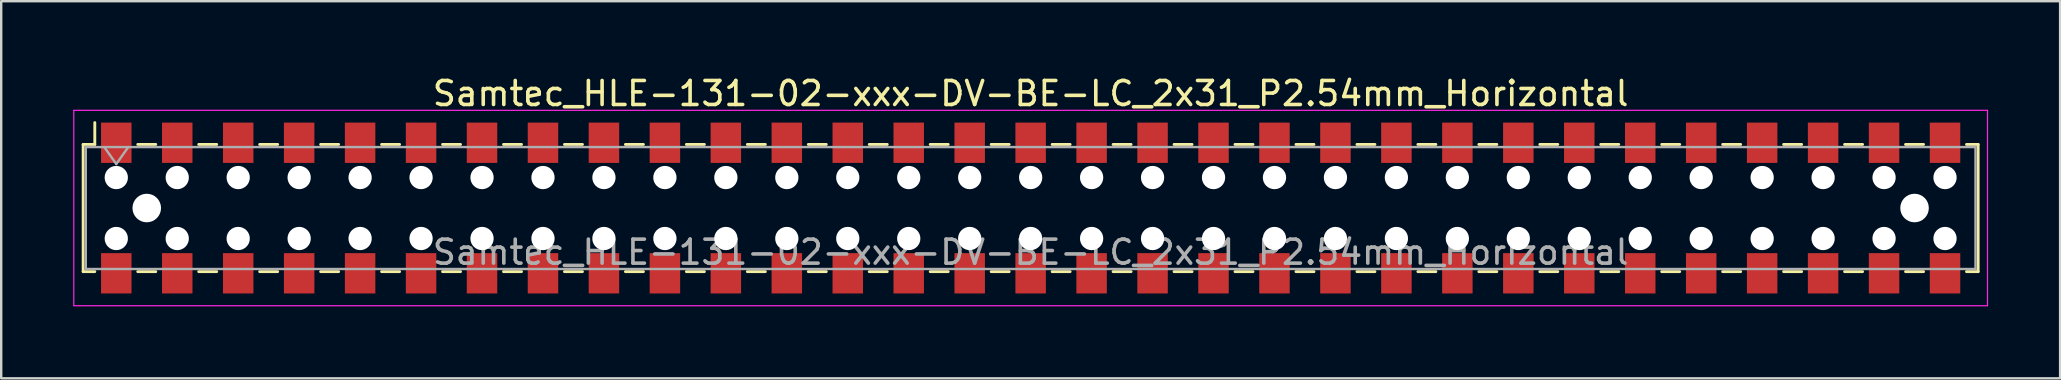
<source format=kicad_pcb>
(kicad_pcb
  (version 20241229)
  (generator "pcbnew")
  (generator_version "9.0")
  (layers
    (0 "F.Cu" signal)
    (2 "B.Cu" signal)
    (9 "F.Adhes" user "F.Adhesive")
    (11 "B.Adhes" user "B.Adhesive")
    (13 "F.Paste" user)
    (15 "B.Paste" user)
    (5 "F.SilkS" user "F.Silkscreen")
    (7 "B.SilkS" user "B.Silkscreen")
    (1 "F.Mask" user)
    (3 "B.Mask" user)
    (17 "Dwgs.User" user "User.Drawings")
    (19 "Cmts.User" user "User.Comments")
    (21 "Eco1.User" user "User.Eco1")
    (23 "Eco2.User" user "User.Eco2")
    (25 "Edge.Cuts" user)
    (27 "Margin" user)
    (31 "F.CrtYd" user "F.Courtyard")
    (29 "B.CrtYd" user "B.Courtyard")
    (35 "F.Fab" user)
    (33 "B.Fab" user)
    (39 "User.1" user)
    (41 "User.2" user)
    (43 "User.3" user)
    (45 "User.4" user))
  (footprint "Samtec_HLE-131-02-xxx-DV-BE-LC_2x31_P2.54mm_Horizontal"
    (layer "F.Cu")
    (at 39.895 5.618)
    (property "Reference" "Samtec_HLE-131-02-xxx-DV-BE-LC_2x31_P2.54mm_Horizontal" (at 0 -4.77 0) (layer "F.SilkS") (effects (font (size 1 1) (thickness 0.15))))
    (attr smd)
    (fp_line (start -39.48 -2.65) (end -39.48 2.65) (stroke (width 0.12) (type solid)) (layer "F.SilkS"))
    (fp_line (start -39.48 2.65) (end -38.995 2.65) (stroke (width 0.12) (type solid)) (layer "F.SilkS"))
    (fp_line (start -38.995 -3.56) (end -38.995 -2.65) (stroke (width 0.12) (type solid)) (layer "F.SilkS"))
    (fp_line (start -38.995 -2.65) (end -39.48 -2.65) (stroke (width 0.12) (type solid)) (layer "F.SilkS"))
    (fp_line (start -37.205 -2.65) (end -36.455 -2.65) (stroke (width 0.12) (type solid)) (layer "F.SilkS"))
    (fp_line (start -37.205 2.65) (end -36.455 2.65) (stroke (width 0.12) (type solid)) (layer "F.SilkS"))
    (fp_line (start -34.665 -2.65) (end -33.915 -2.65) (stroke (width 0.12) (type solid)) (layer "F.SilkS"))
    (fp_line (start -34.665 2.65) (end -33.915 2.65) (stroke (width 0.12) (type solid)) (layer "F.SilkS"))
    (fp_line (start -32.125 -2.65) (end -31.375 -2.65) (stroke (width 0.12) (type solid)) (layer "F.SilkS"))
    (fp_line (start -32.125 2.65) (end -31.375 2.65) (stroke (width 0.12) (type solid)) (layer "F.SilkS"))
    (fp_line (start -29.585 -2.65) (end -28.835 -2.65) (stroke (width 0.12) (type solid)) (layer "F.SilkS"))
    (fp_line (start -29.585 2.65) (end -28.835 2.65) (stroke (width 0.12) (type solid)) (layer "F.SilkS"))
    (fp_line (start -27.045 -2.65) (end -26.295 -2.65) (stroke (width 0.12) (type solid)) (layer "F.SilkS"))
    (fp_line (start -27.045 2.65) (end -26.295 2.65) (stroke (width 0.12) (type solid)) (layer "F.SilkS"))
    (fp_line (start -24.505 -2.65) (end -23.755 -2.65) (stroke (width 0.12) (type solid)) (layer "F.SilkS"))
    (fp_line (start -24.505 2.65) (end -23.755 2.65) (stroke (width 0.12) (type solid)) (layer "F.SilkS"))
    (fp_line (start -21.965 -2.65) (end -21.215 -2.65) (stroke (width 0.12) (type solid)) (layer "F.SilkS"))
    (fp_line (start -21.965 2.65) (end -21.215 2.65) (stroke (width 0.12) (type solid)) (layer "F.SilkS"))
    (fp_line (start -19.425 -2.65) (end -18.675 -2.65) (stroke (width 0.12) (type solid)) (layer "F.SilkS"))
    (fp_line (start -19.425 2.65) (end -18.675 2.65) (stroke (width 0.12) (type solid)) (layer "F.SilkS"))
    (fp_line (start -16.885 -2.65) (end -16.135 -2.65) (stroke (width 0.12) (type solid)) (layer "F.SilkS"))
    (fp_line (start -16.885 2.65) (end -16.135 2.65) (stroke (width 0.12) (type solid)) (layer "F.SilkS"))
    (fp_line (start -14.345 -2.65) (end -13.595 -2.65) (stroke (width 0.12) (type solid)) (layer "F.SilkS"))
    (fp_line (start -14.345 2.65) (end -13.595 2.65) (stroke (width 0.12) (type solid)) (layer "F.SilkS"))
    (fp_line (start -11.805 -2.65) (end -11.055 -2.65) (stroke (width 0.12) (type solid)) (layer "F.SilkS"))
    (fp_line (start -11.805 2.65) (end -11.055 2.65) (stroke (width 0.12) (type solid)) (layer "F.SilkS"))
    (fp_line (start -9.265 -2.65) (end -8.515 -2.65) (stroke (width 0.12) (type solid)) (layer "F.SilkS"))
    (fp_line (start -9.265 2.65) (end -8.515 2.65) (stroke (width 0.12) (type solid)) (layer "F.SilkS"))
    (fp_line (start -6.725 -2.65) (end -5.975 -2.65) (stroke (width 0.12) (type solid)) (layer "F.SilkS"))
    (fp_line (start -6.725 2.65) (end -5.975 2.65) (stroke (width 0.12) (type solid)) (layer "F.SilkS"))
    (fp_line (start -4.185 -2.65) (end -3.435 -2.65) (stroke (width 0.12) (type solid)) (layer "F.SilkS"))
    (fp_line (start -4.185 2.65) (end -3.435 2.65) (stroke (width 0.12) (type solid)) (layer "F.SilkS"))
    (fp_line (start -1.645 -2.65) (end -0.895 -2.65) (stroke (width 0.12) (type solid)) (layer "F.SilkS"))
    (fp_line (start -1.645 2.65) (end -0.895 2.65) (stroke (width 0.12) (type solid)) (layer "F.SilkS"))
    (fp_line (start 0.895 -2.65) (end 1.645 -2.65) (stroke (width 0.12) (type solid)) (layer "F.SilkS"))
    (fp_line (start 0.895 2.65) (end 1.645 2.65) (stroke (width 0.12) (type solid)) (layer "F.SilkS"))
    (fp_line (start 3.435 -2.65) (end 4.185 -2.65) (stroke (width 0.12) (type solid)) (layer "F.SilkS"))
    (fp_line (start 3.435 2.65) (end 4.185 2.65) (stroke (width 0.12) (type solid)) (layer "F.SilkS"))
    (fp_line (start 5.975 -2.65) (end 6.725 -2.65) (stroke (width 0.12) (type solid)) (layer "F.SilkS"))
    (fp_line (start 5.975 2.65) (end 6.725 2.65) (stroke (width 0.12) (type solid)) (layer "F.SilkS"))
    (fp_line (start 8.515 -2.65) (end 9.265 -2.65) (stroke (width 0.12) (type solid)) (layer "F.SilkS"))
    (fp_line (start 8.515 2.65) (end 9.265 2.65) (stroke (width 0.12) (type solid)) (layer "F.SilkS"))
    (fp_line (start 11.055 -2.65) (end 11.805 -2.65) (stroke (width 0.12) (type solid)) (layer "F.SilkS"))
    (fp_line (start 11.055 2.65) (end 11.805 2.65) (stroke (width 0.12) (type solid)) (layer "F.SilkS"))
    (fp_line (start 13.595 -2.65) (end 14.345 -2.65) (stroke (width 0.12) (type solid)) (layer "F.SilkS"))
    (fp_line (start 13.595 2.65) (end 14.345 2.65) (stroke (width 0.12) (type solid)) (layer "F.SilkS"))
    (fp_line (start 16.135 -2.65) (end 16.885 -2.65) (stroke (width 0.12) (type solid)) (layer "F.SilkS"))
    (fp_line (start 16.135 2.65) (end 16.885 2.65) (stroke (width 0.12) (type solid)) (layer "F.SilkS"))
    (fp_line (start 18.675 -2.65) (end 19.425 -2.65) (stroke (width 0.12) (type solid)) (layer "F.SilkS"))
    (fp_line (start 18.675 2.65) (end 19.425 2.65) (stroke (width 0.12) (type solid)) (layer "F.SilkS"))
    (fp_line (start 21.215 -2.65) (end 21.965 -2.65) (stroke (width 0.12) (type solid)) (layer "F.SilkS"))
    (fp_line (start 21.215 2.65) (end 21.965 2.65) (stroke (width 0.12) (type solid)) (layer "F.SilkS"))
    (fp_line (start 23.755 -2.65) (end 24.505 -2.65) (stroke (width 0.12) (type solid)) (layer "F.SilkS"))
    (fp_line (start 23.755 2.65) (end 24.505 2.65) (stroke (width 0.12) (type solid)) (layer "F.SilkS"))
    (fp_line (start 26.295 -2.65) (end 27.045 -2.65) (stroke (width 0.12) (type solid)) (layer "F.SilkS"))
    (fp_line (start 26.295 2.65) (end 27.045 2.65) (stroke (width 0.12) (type solid)) (layer "F.SilkS"))
    (fp_line (start 28.835 -2.65) (end 29.585 -2.65) (stroke (width 0.12) (type solid)) (layer "F.SilkS"))
    (fp_line (start 28.835 2.65) (end 29.585 2.65) (stroke (width 0.12) (type solid)) (layer "F.SilkS"))
    (fp_line (start 31.375 -2.65) (end 32.125 -2.65) (stroke (width 0.12) (type solid)) (layer "F.SilkS"))
    (fp_line (start 31.375 2.65) (end 32.125 2.65) (stroke (width 0.12) (type solid)) (layer "F.SilkS"))
    (fp_line (start 33.915 -2.65) (end 34.665 -2.65) (stroke (width 0.12) (type solid)) (layer "F.SilkS"))
    (fp_line (start 33.915 2.65) (end 34.665 2.65) (stroke (width 0.12) (type solid)) (layer "F.SilkS"))
    (fp_line (start 36.455 -2.65) (end 37.205 -2.65) (stroke (width 0.12) (type solid)) (layer "F.SilkS"))
    (fp_line (start 36.455 2.65) (end 37.205 2.65) (stroke (width 0.12) (type solid)) (layer "F.SilkS"))
    (fp_line (start 38.995 -2.65) (end 39.48 -2.65) (stroke (width 0.12) (type solid)) (layer "F.SilkS"))
    (fp_line (start 39.48 -2.65) (end 39.48 2.65) (stroke (width 0.12) (type solid)) (layer "F.SilkS"))
    (fp_line (start 39.48 2.65) (end 38.995 2.65) (stroke (width 0.12) (type solid)) (layer "F.SilkS"))
    (fp_line (start -39.87 -4.07) (end 39.87 -4.07) (stroke (width 0.05) (type solid)) (layer "F.CrtYd"))
    (fp_line (start -39.87 4.07) (end -39.87 -4.07) (stroke (width 0.05) (type solid)) (layer "F.CrtYd"))
    (fp_line (start 39.87 -4.07) (end 39.87 4.07) (stroke (width 0.05) (type solid)) (layer "F.CrtYd"))
    (fp_line (start 39.87 4.07) (end -39.87 4.07) (stroke (width 0.05) (type solid)) (layer "F.CrtYd"))
    (fp_line (start -39.37 -2.54) (end 39.37 -2.54) (stroke (width 0.1) (type solid)) (layer "F.Fab"))
    (fp_line (start -39.37 2.54) (end -39.37 -2.54) (stroke (width 0.1) (type solid)) (layer "F.Fab"))
    (fp_line (start -38.6 -2.54) (end -38.1 -1.833) (stroke (width 0.1) (type solid)) (layer "F.Fab"))
    (fp_line (start -38.1 -1.833) (end -37.6 -2.54) (stroke (width 0.1) (type solid)) (layer "F.Fab"))
    (fp_line (start 39.37 -2.54) (end 39.37 2.54) (stroke (width 0.1) (type solid)) (layer "F.Fab"))
    (fp_line (start 39.37 2.54) (end -39.37 2.54) (stroke (width 0.1) (type solid)) (layer "F.Fab"))
    (fp_text user "${REFERENCE}" (at 0 1.84 0) (layer "F.Fab") (effects (font (size 1 1) (thickness 0.15))))
    (pad "" np_thru_hole circle (at -38.1 -1.27) (size 0.97 0.97) (drill 0.97) (layers "*.Cu" "*.Mask"))
    (pad "" np_thru_hole circle (at -38.1 1.27) (size 0.97 0.97) (drill 0.97) (layers "*.Cu" "*.Mask"))
    (pad "" np_thru_hole circle (at -36.83 0) (size 1.19 1.19) (drill 1.19) (layers "*.Cu" "*.Mask"))
    (pad "" np_thru_hole circle (at -35.56 -1.27) (size 0.97 0.97) (drill 0.97) (layers "*.Cu" "*.Mask"))
    (pad "" np_thru_hole circle (at -35.56 1.27) (size 0.97 0.97) (drill 0.97) (layers "*.Cu" "*.Mask"))
    (pad "" np_thru_hole circle (at -33.02 -1.27) (size 0.97 0.97) (drill 0.97) (layers "*.Cu" "*.Mask"))
    (pad "" np_thru_hole circle (at -33.02 1.27) (size 0.97 0.97) (drill 0.97) (layers "*.Cu" "*.Mask"))
    (pad "" np_thru_hole circle (at -30.48 -1.27) (size 0.97 0.97) (drill 0.97) (layers "*.Cu" "*.Mask"))
    (pad "" np_thru_hole circle (at -30.48 1.27) (size 0.97 0.97) (drill 0.97) (layers "*.Cu" "*.Mask"))
    (pad "" np_thru_hole circle (at -27.94 -1.27) (size 0.97 0.97) (drill 0.97) (layers "*.Cu" "*.Mask"))
    (pad "" np_thru_hole circle (at -27.94 1.27) (size 0.97 0.97) (drill 0.97) (layers "*.Cu" "*.Mask"))
    (pad "" np_thru_hole circle (at -25.4 -1.27) (size 0.97 0.97) (drill 0.97) (layers "*.Cu" "*.Mask"))
    (pad "" np_thru_hole circle (at -25.4 1.27) (size 0.97 0.97) (drill 0.97) (layers "*.Cu" "*.Mask"))
    (pad "" np_thru_hole circle (at -22.86 -1.27) (size 0.97 0.97) (drill 0.97) (layers "*.Cu" "*.Mask"))
    (pad "" np_thru_hole circle (at -22.86 1.27) (size 0.97 0.97) (drill 0.97) (layers "*.Cu" "*.Mask"))
    (pad "" np_thru_hole circle (at -20.32 -1.27) (size 0.97 0.97) (drill 0.97) (layers "*.Cu" "*.Mask"))
    (pad "" np_thru_hole circle (at -20.32 1.27) (size 0.97 0.97) (drill 0.97) (layers "*.Cu" "*.Mask"))
    (pad "" np_thru_hole circle (at -17.78 -1.27) (size 0.97 0.97) (drill 0.97) (layers "*.Cu" "*.Mask"))
    (pad "" np_thru_hole circle (at -17.78 1.27) (size 0.97 0.97) (drill 0.97) (layers "*.Cu" "*.Mask"))
    (pad "" np_thru_hole circle (at -15.24 -1.27) (size 0.97 0.97) (drill 0.97) (layers "*.Cu" "*.Mask"))
    (pad "" np_thru_hole circle (at -15.24 1.27) (size 0.97 0.97) (drill 0.97) (layers "*.Cu" "*.Mask"))
    (pad "" np_thru_hole circle (at -12.7 -1.27) (size 0.97 0.97) (drill 0.97) (layers "*.Cu" "*.Mask"))
    (pad "" np_thru_hole circle (at -12.7 1.27) (size 0.97 0.97) (drill 0.97) (layers "*.Cu" "*.Mask"))
    (pad "" np_thru_hole circle (at -10.16 -1.27) (size 0.97 0.97) (drill 0.97) (layers "*.Cu" "*.Mask"))
    (pad "" np_thru_hole circle (at -10.16 1.27) (size 0.97 0.97) (drill 0.97) (layers "*.Cu" "*.Mask"))
    (pad "" np_thru_hole circle (at -7.62 -1.27) (size 0.97 0.97) (drill 0.97) (layers "*.Cu" "*.Mask"))
    (pad "" np_thru_hole circle (at -7.62 1.27) (size 0.97 0.97) (drill 0.97) (layers "*.Cu" "*.Mask"))
    (pad "" np_thru_hole circle (at -5.08 -1.27) (size 0.97 0.97) (drill 0.97) (layers "*.Cu" "*.Mask"))
    (pad "" np_thru_hole circle (at -5.08 1.27) (size 0.97 0.97) (drill 0.97) (layers "*.Cu" "*.Mask"))
    (pad "" np_thru_hole circle (at -2.54 -1.27) (size 0.97 0.97) (drill 0.97) (layers "*.Cu" "*.Mask"))
    (pad "" np_thru_hole circle (at -2.54 1.27) (size 0.97 0.97) (drill 0.97) (layers "*.Cu" "*.Mask"))
    (pad "" np_thru_hole circle (at 0 -1.27) (size 0.97 0.97) (drill 0.97) (layers "*.Cu" "*.Mask"))
    (pad "" np_thru_hole circle (at 0 1.27) (size 0.97 0.97) (drill 0.97) (layers "*.Cu" "*.Mask"))
    (pad "" np_thru_hole circle (at 2.54 -1.27) (size 0.97 0.97) (drill 0.97) (layers "*.Cu" "*.Mask"))
    (pad "" np_thru_hole circle (at 2.54 1.27) (size 0.97 0.97) (drill 0.97) (layers "*.Cu" "*.Mask"))
    (pad "" np_thru_hole circle (at 5.08 -1.27) (size 0.97 0.97) (drill 0.97) (layers "*.Cu" "*.Mask"))
    (pad "" np_thru_hole circle (at 5.08 1.27) (size 0.97 0.97) (drill 0.97) (layers "*.Cu" "*.Mask"))
    (pad "" np_thru_hole circle (at 7.62 -1.27) (size 0.97 0.97) (drill 0.97) (layers "*.Cu" "*.Mask"))
    (pad "" np_thru_hole circle (at 7.62 1.27) (size 0.97 0.97) (drill 0.97) (layers "*.Cu" "*.Mask"))
    (pad "" np_thru_hole circle (at 10.16 -1.27) (size 0.97 0.97) (drill 0.97) (layers "*.Cu" "*.Mask"))
    (pad "" np_thru_hole circle (at 10.16 1.27) (size 0.97 0.97) (drill 0.97) (layers "*.Cu" "*.Mask"))
    (pad "" np_thru_hole circle (at 12.7 -1.27) (size 0.97 0.97) (drill 0.97) (layers "*.Cu" "*.Mask"))
    (pad "" np_thru_hole circle (at 12.7 1.27) (size 0.97 0.97) (drill 0.97) (layers "*.Cu" "*.Mask"))
    (pad "" np_thru_hole circle (at 15.24 -1.27) (size 0.97 0.97) (drill 0.97) (layers "*.Cu" "*.Mask"))
    (pad "" np_thru_hole circle (at 15.24 1.27) (size 0.97 0.97) (drill 0.97) (layers "*.Cu" "*.Mask"))
    (pad "" np_thru_hole circle (at 17.78 -1.27) (size 0.97 0.97) (drill 0.97) (layers "*.Cu" "*.Mask"))
    (pad "" np_thru_hole circle (at 17.78 1.27) (size 0.97 0.97) (drill 0.97) (layers "*.Cu" "*.Mask"))
    (pad "" np_thru_hole circle (at 20.32 -1.27) (size 0.97 0.97) (drill 0.97) (layers "*.Cu" "*.Mask"))
    (pad "" np_thru_hole circle (at 20.32 1.27) (size 0.97 0.97) (drill 0.97) (layers "*.Cu" "*.Mask"))
    (pad "" np_thru_hole circle (at 22.86 -1.27) (size 0.97 0.97) (drill 0.97) (layers "*.Cu" "*.Mask"))
    (pad "" np_thru_hole circle (at 22.86 1.27) (size 0.97 0.97) (drill 0.97) (layers "*.Cu" "*.Mask"))
    (pad "" np_thru_hole circle (at 25.4 -1.27) (size 0.97 0.97) (drill 0.97) (layers "*.Cu" "*.Mask"))
    (pad "" np_thru_hole circle (at 25.4 1.27) (size 0.97 0.97) (drill 0.97) (layers "*.Cu" "*.Mask"))
    (pad "" np_thru_hole circle (at 27.94 -1.27) (size 0.97 0.97) (drill 0.97) (layers "*.Cu" "*.Mask"))
    (pad "" np_thru_hole circle (at 27.94 1.27) (size 0.97 0.97) (drill 0.97) (layers "*.Cu" "*.Mask"))
    (pad "" np_thru_hole circle (at 30.48 -1.27) (size 0.97 0.97) (drill 0.97) (layers "*.Cu" "*.Mask"))
    (pad "" np_thru_hole circle (at 30.48 1.27) (size 0.97 0.97) (drill 0.97) (layers "*.Cu" "*.Mask"))
    (pad "" np_thru_hole circle (at 33.02 -1.27) (size 0.97 0.97) (drill 0.97) (layers "*.Cu" "*.Mask"))
    (pad "" np_thru_hole circle (at 33.02 1.27) (size 0.97 0.97) (drill 0.97) (layers "*.Cu" "*.Mask"))
    (pad "" np_thru_hole circle (at 35.56 -1.27) (size 0.97 0.97) (drill 0.97) (layers "*.Cu" "*.Mask"))
    (pad "" np_thru_hole circle (at 35.56 1.27) (size 0.97 0.97) (drill 0.97) (layers "*.Cu" "*.Mask"))
    (pad "" np_thru_hole circle (at 36.83 0) (size 1.19 1.19) (drill 1.19) (layers "*.Cu" "*.Mask"))
    (pad "" np_thru_hole circle (at 38.1 -1.27) (size 0.97 0.97) (drill 0.97) (layers "*.Cu" "*.Mask"))
    (pad "" np_thru_hole circle (at 38.1 1.27) (size 0.97 0.97) (drill 0.97) (layers "*.Cu" "*.Mask"))
    (pad "1" smd rect (at -38.1 -2.72) (size 1.27 1.68) (layers "F.Cu" "F.Mask" "F.Paste"))
    (pad "2" smd rect (at -38.1 2.72) (size 1.27 1.68) (layers "F.Cu" "F.Mask" "F.Paste"))
    (pad "3" smd rect (at -35.56 -2.72) (size 1.27 1.68) (layers "F.Cu" "F.Mask" "F.Paste"))
    (pad "4" smd rect (at -35.56 2.72) (size 1.27 1.68) (layers "F.Cu" "F.Mask" "F.Paste"))
    (pad "5" smd rect (at -33.02 -2.72) (size 1.27 1.68) (layers "F.Cu" "F.Mask" "F.Paste"))
    (pad "6" smd rect (at -33.02 2.72) (size 1.27 1.68) (layers "F.Cu" "F.Mask" "F.Paste"))
    (pad "7" smd rect (at -30.48 -2.72) (size 1.27 1.68) (layers "F.Cu" "F.Mask" "F.Paste"))
    (pad "8" smd rect (at -30.48 2.72) (size 1.27 1.68) (layers "F.Cu" "F.Mask" "F.Paste"))
    (pad "9" smd rect (at -27.94 -2.72) (size 1.27 1.68) (layers "F.Cu" "F.Mask" "F.Paste"))
    (pad "10" smd rect (at -27.94 2.72) (size 1.27 1.68) (layers "F.Cu" "F.Mask" "F.Paste"))
    (pad "11" smd rect (at -25.4 -2.72) (size 1.27 1.68) (layers "F.Cu" "F.Mask" "F.Paste"))
    (pad "12" smd rect (at -25.4 2.72) (size 1.27 1.68) (layers "F.Cu" "F.Mask" "F.Paste"))
    (pad "13" smd rect (at -22.86 -2.72) (size 1.27 1.68) (layers "F.Cu" "F.Mask" "F.Paste"))
    (pad "14" smd rect (at -22.86 2.72) (size 1.27 1.68) (layers "F.Cu" "F.Mask" "F.Paste"))
    (pad "15" smd rect (at -20.32 -2.72) (size 1.27 1.68) (layers "F.Cu" "F.Mask" "F.Paste"))
    (pad "16" smd rect (at -20.32 2.72) (size 1.27 1.68) (layers "F.Cu" "F.Mask" "F.Paste"))
    (pad "17" smd rect (at -17.78 -2.72) (size 1.27 1.68) (layers "F.Cu" "F.Mask" "F.Paste"))
    (pad "18" smd rect (at -17.78 2.72) (size 1.27 1.68) (layers "F.Cu" "F.Mask" "F.Paste"))
    (pad "19" smd rect (at -15.24 -2.72) (size 1.27 1.68) (layers "F.Cu" "F.Mask" "F.Paste"))
    (pad "20" smd rect (at -15.24 2.72) (size 1.27 1.68) (layers "F.Cu" "F.Mask" "F.Paste"))
    (pad "21" smd rect (at -12.7 -2.72) (size 1.27 1.68) (layers "F.Cu" "F.Mask" "F.Paste"))
    (pad "22" smd rect (at -12.7 2.72) (size 1.27 1.68) (layers "F.Cu" "F.Mask" "F.Paste"))
    (pad "23" smd rect (at -10.16 -2.72) (size 1.27 1.68) (layers "F.Cu" "F.Mask" "F.Paste"))
    (pad "24" smd rect (at -10.16 2.72) (size 1.27 1.68) (layers "F.Cu" "F.Mask" "F.Paste"))
    (pad "25" smd rect (at -7.62 -2.72) (size 1.27 1.68) (layers "F.Cu" "F.Mask" "F.Paste"))
    (pad "26" smd rect (at -7.62 2.72) (size 1.27 1.68) (layers "F.Cu" "F.Mask" "F.Paste"))
    (pad "27" smd rect (at -5.08 -2.72) (size 1.27 1.68) (layers "F.Cu" "F.Mask" "F.Paste"))
    (pad "28" smd rect (at -5.08 2.72) (size 1.27 1.68) (layers "F.Cu" "F.Mask" "F.Paste"))
    (pad "29" smd rect (at -2.54 -2.72) (size 1.27 1.68) (layers "F.Cu" "F.Mask" "F.Paste"))
    (pad "30" smd rect (at -2.54 2.72) (size 1.27 1.68) (layers "F.Cu" "F.Mask" "F.Paste"))
    (pad "31" smd rect (at 0 -2.72) (size 1.27 1.68) (layers "F.Cu" "F.Mask" "F.Paste"))
    (pad "32" smd rect (at 0 2.72) (size 1.27 1.68) (layers "F.Cu" "F.Mask" "F.Paste"))
    (pad "33" smd rect (at 2.54 -2.72) (size 1.27 1.68) (layers "F.Cu" "F.Mask" "F.Paste"))
    (pad "34" smd rect (at 2.54 2.72) (size 1.27 1.68) (layers "F.Cu" "F.Mask" "F.Paste"))
    (pad "35" smd rect (at 5.08 -2.72) (size 1.27 1.68) (layers "F.Cu" "F.Mask" "F.Paste"))
    (pad "36" smd rect (at 5.08 2.72) (size 1.27 1.68) (layers "F.Cu" "F.Mask" "F.Paste"))
    (pad "37" smd rect (at 7.62 -2.72) (size 1.27 1.68) (layers "F.Cu" "F.Mask" "F.Paste"))
    (pad "38" smd rect (at 7.62 2.72) (size 1.27 1.68) (layers "F.Cu" "F.Mask" "F.Paste"))
    (pad "39" smd rect (at 10.16 -2.72) (size 1.27 1.68) (layers "F.Cu" "F.Mask" "F.Paste"))
    (pad "40" smd rect (at 10.16 2.72) (size 1.27 1.68) (layers "F.Cu" "F.Mask" "F.Paste"))
    (pad "41" smd rect (at 12.7 -2.72) (size 1.27 1.68) (layers "F.Cu" "F.Mask" "F.Paste"))
    (pad "42" smd rect (at 12.7 2.72) (size 1.27 1.68) (layers "F.Cu" "F.Mask" "F.Paste"))
    (pad "43" smd rect (at 15.24 -2.72) (size 1.27 1.68) (layers "F.Cu" "F.Mask" "F.Paste"))
    (pad "44" smd rect (at 15.24 2.72) (size 1.27 1.68) (layers "F.Cu" "F.Mask" "F.Paste"))
    (pad "45" smd rect (at 17.78 -2.72) (size 1.27 1.68) (layers "F.Cu" "F.Mask" "F.Paste"))
    (pad "46" smd rect (at 17.78 2.72) (size 1.27 1.68) (layers "F.Cu" "F.Mask" "F.Paste"))
    (pad "47" smd rect (at 20.32 -2.72) (size 1.27 1.68) (layers "F.Cu" "F.Mask" "F.Paste"))
    (pad "48" smd rect (at 20.32 2.72) (size 1.27 1.68) (layers "F.Cu" "F.Mask" "F.Paste"))
    (pad "49" smd rect (at 22.86 -2.72) (size 1.27 1.68) (layers "F.Cu" "F.Mask" "F.Paste"))
    (pad "50" smd rect (at 22.86 2.72) (size 1.27 1.68) (layers "F.Cu" "F.Mask" "F.Paste"))
    (pad "51" smd rect (at 25.4 -2.72) (size 1.27 1.68) (layers "F.Cu" "F.Mask" "F.Paste"))
    (pad "52" smd rect (at 25.4 2.72) (size 1.27 1.68) (layers "F.Cu" "F.Mask" "F.Paste"))
    (pad "53" smd rect (at 27.94 -2.72) (size 1.27 1.68) (layers "F.Cu" "F.Mask" "F.Paste"))
    (pad "54" smd rect (at 27.94 2.72) (size 1.27 1.68) (layers "F.Cu" "F.Mask" "F.Paste"))
    (pad "55" smd rect (at 30.48 -2.72) (size 1.27 1.68) (layers "F.Cu" "F.Mask" "F.Paste"))
    (pad "56" smd rect (at 30.48 2.72) (size 1.27 1.68) (layers "F.Cu" "F.Mask" "F.Paste"))
    (pad "57" smd rect (at 33.02 -2.72) (size 1.27 1.68) (layers "F.Cu" "F.Mask" "F.Paste"))
    (pad "58" smd rect (at 33.02 2.72) (size 1.27 1.68) (layers "F.Cu" "F.Mask" "F.Paste"))
    (pad "59" smd rect (at 35.56 -2.72) (size 1.27 1.68) (layers "F.Cu" "F.Mask" "F.Paste"))
    (pad "60" smd rect (at 35.56 2.72) (size 1.27 1.68) (layers "F.Cu" "F.Mask" "F.Paste"))
    (pad "61" smd rect (at 38.1 -2.72) (size 1.27 1.68) (layers "F.Cu" "F.Mask" "F.Paste"))
    (pad "62" smd rect (at 38.1 2.72) (size 1.27 1.68) (layers "F.Cu" "F.Mask" "F.Paste")))
  (gr_rect
    (start -3 -3)
    (end 82.79 12.713)
    (stroke (width 0.1) (type default))
    (fill no)
    (layer "Edge.Cuts")))
</source>
